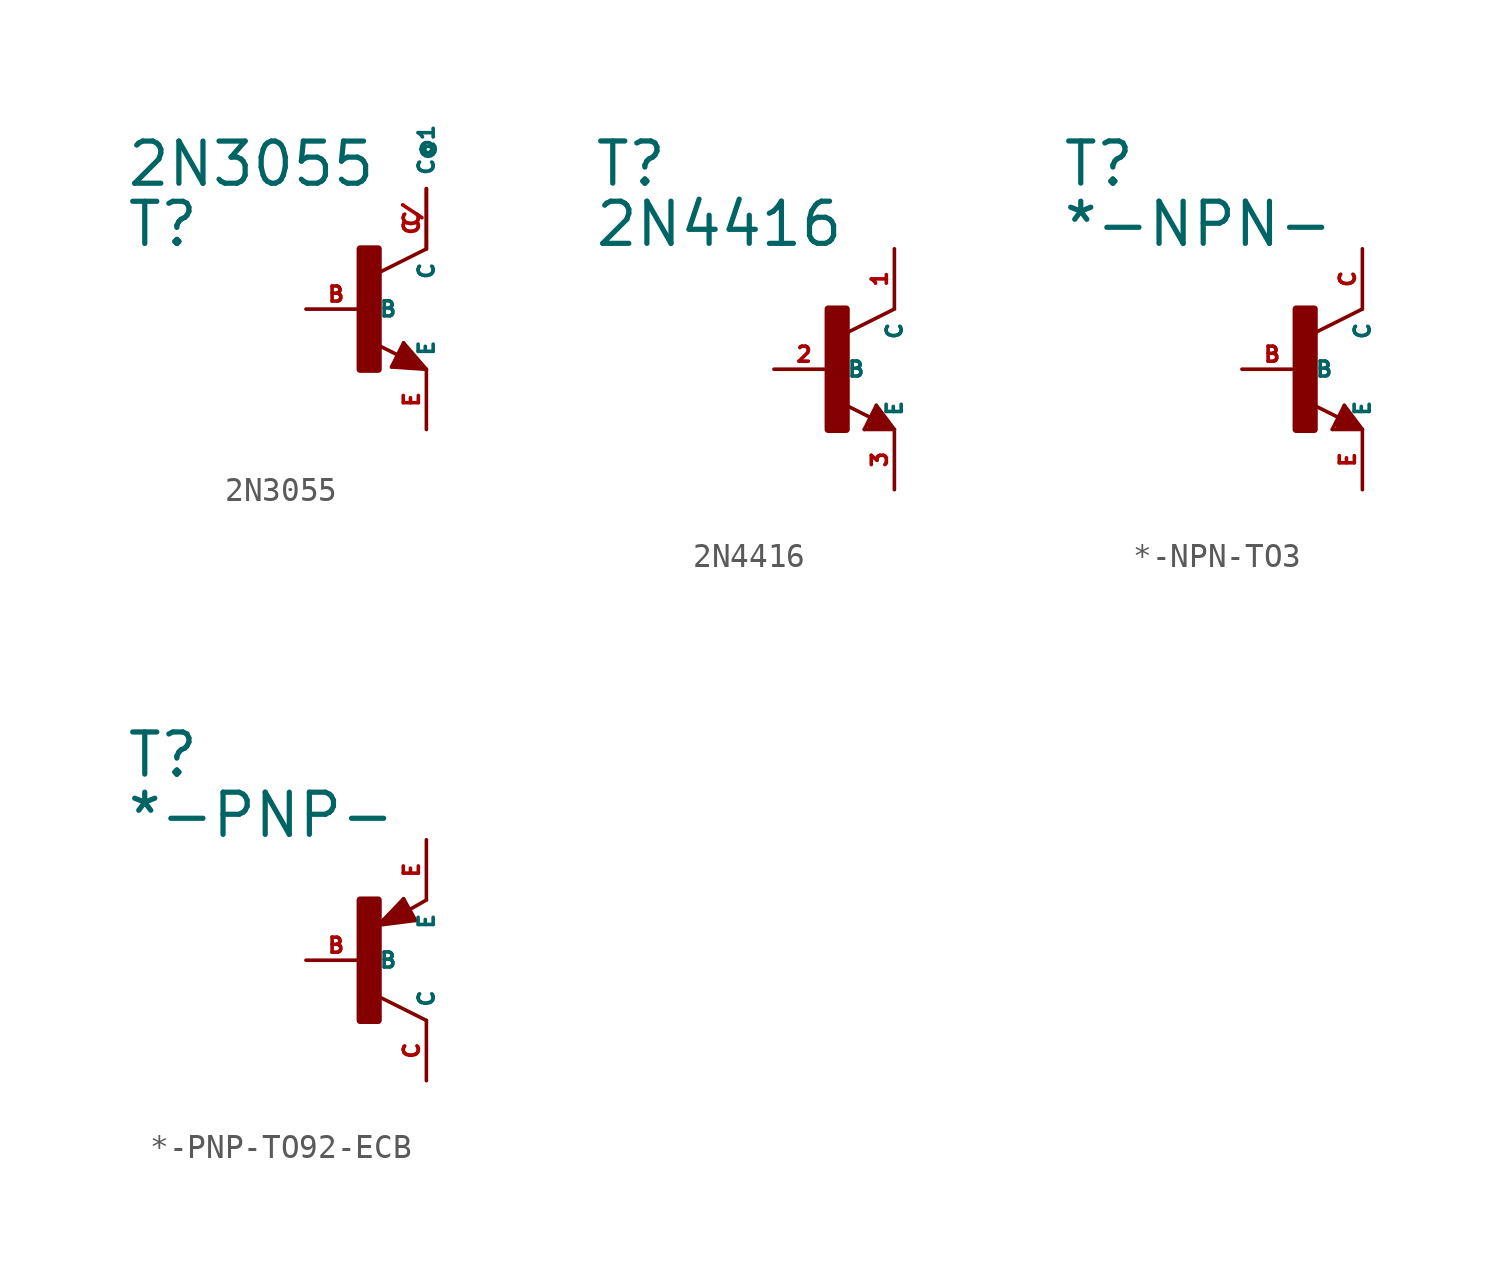
<source format=kicad_sym>
(kicad_symbol_lib
  (version 20220914)
  (generator Eagle2Kicad)
  (symbol "2N3055"
    (property "Reference" "T"
      (at -10.16 2.54 0)
      (effects (font (size 1.778 1.778) (thickness 0.22)) (justify left bottom)))
    (property "Value" "2N3055"
      (at -10.16 5.08 0)
      (effects (font (size 1.778 1.778) (thickness 0.22)) (justify left bottom)))
    (polyline
      (pts (xy 2.54 2.54) (xy 0.508 1.524))
      (stroke (width 0.152) (type default))
      (fill (type none)))
    (polyline
      (pts (xy 1.578 -1.424) (xy 2.54 -2.54))
      (stroke (width 0.152) (type default))
      (fill (type none)))
    (polyline
      (pts (xy 2.54 -2.54) (xy 1.07 -2.44))
      (stroke (width 0.152) (type default))
      (fill (type none)))
    (polyline
      (pts (xy 1.07 -2.44) (xy 1.578 -1.424))
      (stroke (width 0.152) (type default))
      (fill (type none)))
    (polyline
      (pts (xy 1.34 -1.94) (xy 0.108 -1.324))
      (stroke (width 0.152) (type default))
      (fill (type none)))
    (polyline
      (pts (xy 2.286 -2.413) (xy 1.651 -1.651))
      (stroke (width 0.254) (type default))
      (fill (type none)))
    (polyline
      (pts (xy 1.651 -1.651) (xy 1.27 -2.286))
      (stroke (width 0.254) (type default))
      (fill (type none)))
    (polyline
      (pts (xy 1.27 -2.286) (xy 2.159 -2.413))
      (stroke (width 0.254) (type default))
      (fill (type none)))
    (polyline
      (pts (xy 2.159 -2.413) (xy 1.651 -1.905))
      (stroke (width 0.254) (type default))
      (fill (type none)))
    (polyline
      (pts (xy 1.651 -1.905) (xy 1.524 -2.159))
      (stroke (width 0.254) (type default))
      (fill (type none)))
    (polyline
      (pts (xy 1.524 -2.159) (xy 1.778 -2.159))
      (stroke (width 0.254) (type default))
      (fill (type none)))
    (rectangle
      (start -0.254 -2.54)
      (end 0.508 2.54)
      (stroke (width 0.3) (type default))
      (fill (type outline)))
    (pin passive line
      (at -2.54 0 0)
      (length 2.54)
      (name "B" (effects (font (size 0.635 0.635) (thickness 0.08)) (justify left bottom)))
      (number "B" (effects (font (size 0.635 0.635) (thickness 0.08)) (justify left bottom))))
    (pin passive line
      (at 2.54 -5.08 90)
      (length 2.54)
      (name "E" (effects (font (size 0.635 0.635) (thickness 0.08)) (justify left bottom)))
      (number "E" (effects (font (size 0.635 0.635) (thickness 0.08)) (justify left bottom))))
    (pin passive line
      (at 2.54 5.08 270)
      (length 2.54)
      (name "C" (effects (font (size 0.635 0.635) (thickness 0.08)) (justify left bottom)))
      (number "C" (effects (font (size 0.635 0.635) (thickness 0.08)) (justify left bottom))))
    (pin passive line
      (at 2.54 2.54 90)
      (length 2.54)
      (name "C@1" (effects (font (size 0.635 0.635) (thickness 0.08)) (justify left bottom)))
      (number "C/" (effects (font (size 0.635 0.635) (thickness 0.08)) (justify left bottom)))))
  (symbol "2N4416"
    (property "Reference" "T"
      (at -10.16 7.62 0)
      (effects (font (size 1.778 1.778) (thickness 0.22)) (justify left bottom)))
    (property "Value" "2N4416"
      (at -10.16 5.08 0)
      (effects (font (size 1.778 1.778) (thickness 0.22)) (justify left bottom)))
    (polyline
      (pts (xy 2.54 2.54) (xy 0.508 1.524))
      (stroke (width 0.152) (type default))
      (fill (type none)))
    (polyline
      (pts (xy 1.778 -1.524) (xy 2.54 -2.54))
      (stroke (width 0.152) (type default))
      (fill (type none)))
    (polyline
      (pts (xy 2.54 -2.54) (xy 1.27 -2.54))
      (stroke (width 0.152) (type default))
      (fill (type none)))
    (polyline
      (pts (xy 1.27 -2.54) (xy 1.778 -1.524))
      (stroke (width 0.152) (type default))
      (fill (type none)))
    (polyline
      (pts (xy 1.54 -2.04) (xy 0.308 -1.424))
      (stroke (width 0.152) (type default))
      (fill (type none)))
    (polyline
      (pts (xy 1.524 -2.413) (xy 2.286 -2.413))
      (stroke (width 0.254) (type default))
      (fill (type none)))
    (polyline
      (pts (xy 2.286 -2.413) (xy 1.778 -1.778))
      (stroke (width 0.254) (type default))
      (fill (type none)))
    (polyline
      (pts (xy 1.778 -1.778) (xy 1.524 -2.286))
      (stroke (width 0.254) (type default))
      (fill (type none)))
    (polyline
      (pts (xy 1.524 -2.286) (xy 1.905 -2.286))
      (stroke (width 0.254) (type default))
      (fill (type none)))
    (polyline
      (pts (xy 1.905 -2.286) (xy 1.778 -2.032))
      (stroke (width 0.254) (type default))
      (fill (type none)))
    (rectangle
      (start -0.254 -2.54)
      (end 0.508 2.54)
      (stroke (width 0.3) (type default))
      (fill (type outline)))
    (pin passive line
      (at -2.54 0 0)
      (length 2.54)
      (name "B" (effects (font (size 0.635 0.635) (thickness 0.08)) (justify left bottom)))
      (number "2" (effects (font (size 0.635 0.635) (thickness 0.08)) (justify left bottom))))
    (pin passive line
      (at 2.54 -5.08 90)
      (length 2.54)
      (name "E" (effects (font (size 0.635 0.635) (thickness 0.08)) (justify left bottom)))
      (number "3" (effects (font (size 0.635 0.635) (thickness 0.08)) (justify left bottom))))
    (pin passive line
      (at 2.54 5.08 270)
      (length 2.54)
      (name "C" (effects (font (size 0.635 0.635) (thickness 0.08)) (justify left bottom)))
      (number "1" (effects (font (size 0.635 0.635) (thickness 0.08)) (justify left bottom)))))
  (symbol "*-NPN-TO3"
    (property "Reference" "T"
      (at -10.16 7.62 0)
      (effects (font (size 1.778 1.778) (thickness 0.22)) (justify left bottom)))
    (property "Value" "*-NPN-"
      (at -10.16 5.08 0)
      (effects (font (size 1.778 1.778) (thickness 0.22)) (justify left bottom)))
    (polyline
      (pts (xy 2.54 2.54) (xy 0.508 1.524))
      (stroke (width 0.152) (type default))
      (fill (type none)))
    (polyline
      (pts (xy 1.778 -1.524) (xy 2.54 -2.54))
      (stroke (width 0.152) (type default))
      (fill (type none)))
    (polyline
      (pts (xy 2.54 -2.54) (xy 1.27 -2.54))
      (stroke (width 0.152) (type default))
      (fill (type none)))
    (polyline
      (pts (xy 1.27 -2.54) (xy 1.778 -1.524))
      (stroke (width 0.152) (type default))
      (fill (type none)))
    (polyline
      (pts (xy 1.54 -2.04) (xy 0.308 -1.424))
      (stroke (width 0.152) (type default))
      (fill (type none)))
    (polyline
      (pts (xy 1.524 -2.413) (xy 2.286 -2.413))
      (stroke (width 0.254) (type default))
      (fill (type none)))
    (polyline
      (pts (xy 2.286 -2.413) (xy 1.778 -1.778))
      (stroke (width 0.254) (type default))
      (fill (type none)))
    (polyline
      (pts (xy 1.778 -1.778) (xy 1.524 -2.286))
      (stroke (width 0.254) (type default))
      (fill (type none)))
    (polyline
      (pts (xy 1.524 -2.286) (xy 1.905 -2.286))
      (stroke (width 0.254) (type default))
      (fill (type none)))
    (polyline
      (pts (xy 1.905 -2.286) (xy 1.778 -2.032))
      (stroke (width 0.254) (type default))
      (fill (type none)))
    (rectangle
      (start -0.254 -2.54)
      (end 0.508 2.54)
      (stroke (width 0.3) (type default))
      (fill (type outline)))
    (pin passive line
      (at -2.54 0 0)
      (length 2.54)
      (name "B" (effects (font (size 0.635 0.635) (thickness 0.08)) (justify left bottom)))
      (number "B" (effects (font (size 0.635 0.635) (thickness 0.08)) (justify left bottom))))
    (pin passive line
      (at 2.54 -5.08 90)
      (length 2.54)
      (name "E" (effects (font (size 0.635 0.635) (thickness 0.08)) (justify left bottom)))
      (number "E" (effects (font (size 0.635 0.635) (thickness 0.08)) (justify left bottom))))
    (pin passive line
      (at 2.54 5.08 270)
      (length 2.54)
      (name "C" (effects (font (size 0.635 0.635) (thickness 0.08)) (justify left bottom)))
      (number "C" (effects (font (size 0.635 0.635) (thickness 0.08)) (justify left bottom)))))
  (symbol "*-PNP-TO92-ECB"
    (property "Reference" "T"
      (at -10.16 7.62 0)
      (effects (font (size 1.778 1.778) (thickness 0.22)) (justify left bottom)))
    (property "Value" "*-PNP-"
      (at -10.16 5.08 0)
      (effects (font (size 1.778 1.778) (thickness 0.22)) (justify left bottom)))
    (polyline
      (pts (xy 2.086 1.678) (xy 1.578 2.594))
      (stroke (width 0.152) (type default))
      (fill (type none)))
    (polyline
      (pts (xy 1.578 2.594) (xy 0.516 1.478))
      (stroke (width 0.152) (type default))
      (fill (type none)))
    (polyline
      (pts (xy 0.516 1.478) (xy 2.086 1.678))
      (stroke (width 0.152) (type default))
      (fill (type none)))
    (polyline
      (pts (xy 2.54 2.54) (xy 1.808 2.124))
      (stroke (width 0.152) (type default))
      (fill (type none)))
    (polyline
      (pts (xy 2.54 -2.54) (xy 0.508 -1.524))
      (stroke (width 0.152) (type default))
      (fill (type none)))
    (polyline
      (pts (xy 1.905 1.778) (xy 1.524 2.413))
      (stroke (width 0.254) (type default))
      (fill (type none)))
    (polyline
      (pts (xy 1.524 2.413) (xy 0.762 1.651))
      (stroke (width 0.254) (type default))
      (fill (type none)))
    (polyline
      (pts (xy 0.762 1.651) (xy 1.778 1.778))
      (stroke (width 0.254) (type default))
      (fill (type none)))
    (polyline
      (pts (xy 1.778 1.778) (xy 1.524 2.159))
      (stroke (width 0.254) (type default))
      (fill (type none)))
    (polyline
      (pts (xy 1.524 2.159) (xy 1.143 1.905))
      (stroke (width 0.254) (type default))
      (fill (type none)))
    (polyline
      (pts (xy 1.143 1.905) (xy 1.524 1.905))
      (stroke (width 0.254) (type default))
      (fill (type none)))
    (rectangle
      (start -0.254 -2.54)
      (end 0.508 2.54)
      (stroke (width 0.3) (type default))
      (fill (type outline)))
    (pin passive line
      (at -2.54 0 0)
      (length 2.54)
      (name "B" (effects (font (size 0.635 0.635) (thickness 0.08)) (justify left bottom)))
      (number "B" (effects (font (size 0.635 0.635) (thickness 0.08)) (justify left bottom))))
    (pin passive line
      (at 2.54 5.08 270)
      (length 2.54)
      (name "E" (effects (font (size 0.635 0.635) (thickness 0.08)) (justify left bottom)))
      (number "E" (effects (font (size 0.635 0.635) (thickness 0.08)) (justify left bottom))))
    (pin passive line
      (at 2.54 -5.08 90)
      (length 2.54)
      (name "C" (effects (font (size 0.635 0.635) (thickness 0.08)) (justify left bottom)))
      (number "C" (effects (font (size 0.635 0.635) (thickness 0.08)) (justify left bottom))))))
</source>
